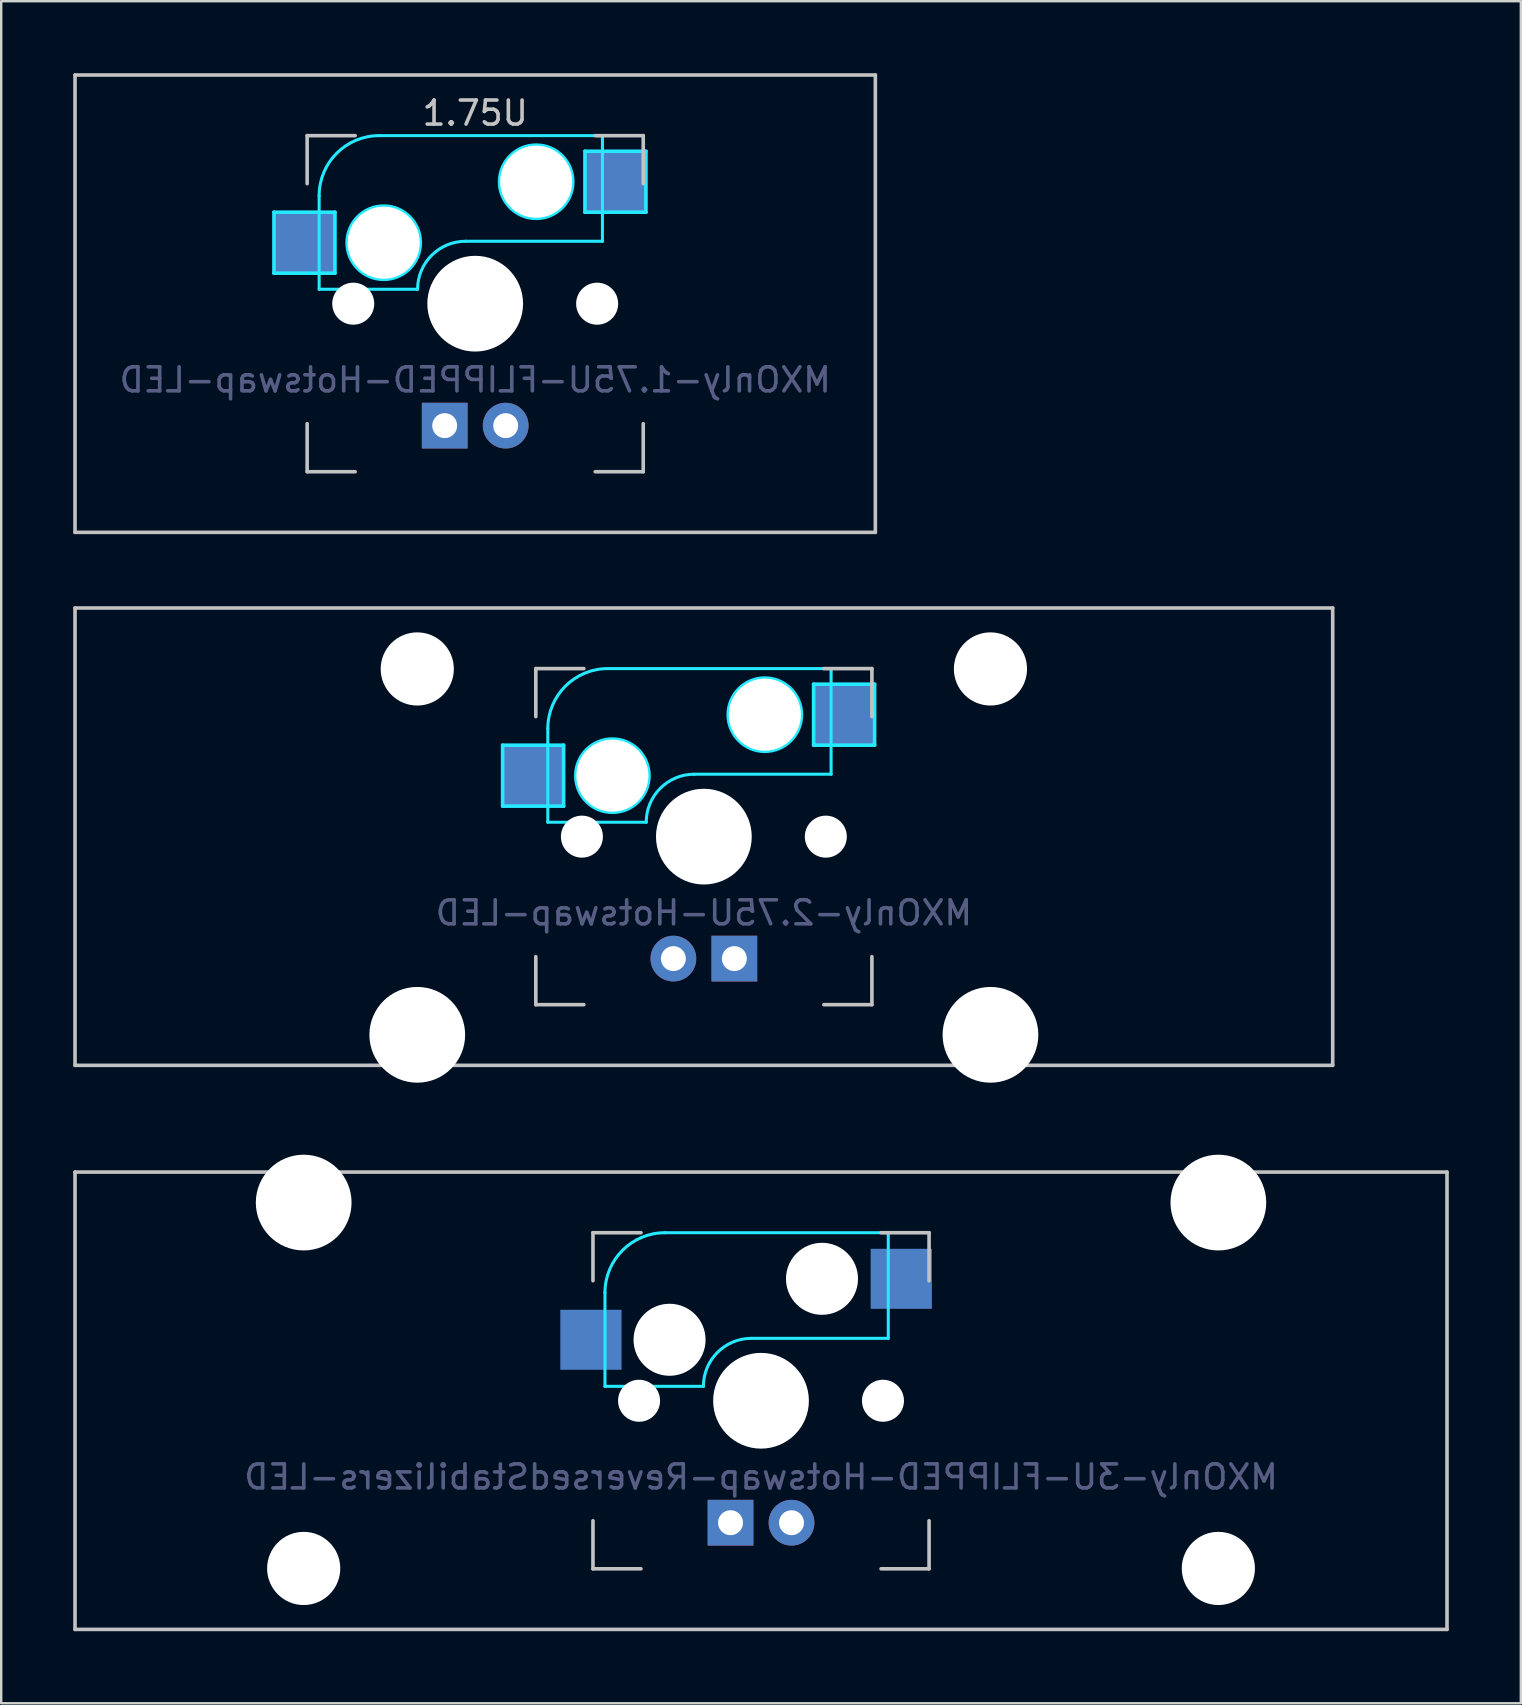
<source format=kicad_pcb>
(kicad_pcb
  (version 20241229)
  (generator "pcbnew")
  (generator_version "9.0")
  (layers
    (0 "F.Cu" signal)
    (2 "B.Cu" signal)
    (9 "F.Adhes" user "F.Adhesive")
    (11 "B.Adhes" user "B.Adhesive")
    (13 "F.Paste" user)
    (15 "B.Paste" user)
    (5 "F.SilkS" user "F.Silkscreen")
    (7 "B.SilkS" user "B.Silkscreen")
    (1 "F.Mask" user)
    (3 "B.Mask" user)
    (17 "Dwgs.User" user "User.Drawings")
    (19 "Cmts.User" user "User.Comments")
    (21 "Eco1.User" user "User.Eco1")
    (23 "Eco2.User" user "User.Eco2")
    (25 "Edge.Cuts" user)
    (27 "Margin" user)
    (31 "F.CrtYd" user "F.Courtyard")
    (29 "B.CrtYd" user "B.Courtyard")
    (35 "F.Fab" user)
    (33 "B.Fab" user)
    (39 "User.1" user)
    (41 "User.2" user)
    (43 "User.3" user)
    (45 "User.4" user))
  (footprint "MXOnly-1.75U-FLIPPED-Hotswap-LED"
    (layer "F.Cu")
    (at 16.744 9.6)
    (property "Reference" "MXOnly-1.75U-FLIPPED-Hotswap-LED" (at 0 3.175 0) (layer "B.Fab") (effects (font (size 1 1) (thickness 0.15)) (justify mirror)))
    (attr through_hole)
    (fp_line (start -16.669 -9.525) (end 16.669 -9.525) (stroke (width 0.15) (type solid)) (layer "Dwgs.User"))
    (fp_line (start -16.669 9.525) (end -16.669 -9.525) (stroke (width 0.15) (type solid)) (layer "Dwgs.User"))
    (fp_line (start -7 -7) (end -7 -5) (stroke (width 0.15) (type solid)) (layer "Dwgs.User"))
    (fp_line (start -7 5) (end -7 7) (stroke (width 0.15) (type solid)) (layer "Dwgs.User"))
    (fp_line (start -7 7) (end -5 7) (stroke (width 0.15) (type solid)) (layer "Dwgs.User"))
    (fp_line (start -5 -7) (end -7 -7) (stroke (width 0.15) (type solid)) (layer "Dwgs.User"))
    (fp_line (start 5 -7) (end 7 -7) (stroke (width 0.15) (type solid)) (layer "Dwgs.User"))
    (fp_line (start 5 7) (end 7 7) (stroke (width 0.15) (type solid)) (layer "Dwgs.User"))
    (fp_line (start 7 -7) (end 7 -5) (stroke (width 0.15) (type solid)) (layer "Dwgs.User"))
    (fp_line (start 7 7) (end 7 5) (stroke (width 0.15) (type solid)) (layer "Dwgs.User"))
    (fp_line (start 16.669 -9.525) (end 16.669 9.525) (stroke (width 0.15) (type solid)) (layer "Dwgs.User"))
    (fp_line (start 16.669 9.525) (end -16.669 9.525) (stroke (width 0.15) (type solid)) (layer "Dwgs.User"))
    (fp_line (start -8.382 -3.81) (end -5.842 -3.81) (stroke (width 0.15) (type solid)) (layer "B.CrtYd"))
    (fp_line (start -8.382 -1.27) (end -8.382 -3.81) (stroke (width 0.15) (type solid)) (layer "B.CrtYd"))
    (fp_line (start -6.5 -4.5) (end -6.5 -0.6) (stroke (width 0.127) (type solid)) (layer "B.CrtYd"))
    (fp_line (start -6.5 -0.6) (end -2.4 -0.6) (stroke (width 0.127) (type solid)) (layer "B.CrtYd"))
    (fp_line (start -5.842 -3.81) (end -5.842 -1.27) (stroke (width 0.15) (type solid)) (layer "B.CrtYd"))
    (fp_line (start -5.842 -1.27) (end -8.382 -1.27) (stroke (width 0.15) (type solid)) (layer "B.CrtYd"))
    (fp_line (start -0.4 -2.6) (end 5.3 -2.6) (stroke (width 0.127) (type solid)) (layer "B.CrtYd"))
    (fp_line (start 4.572 -6.35) (end 7.112 -6.35) (stroke (width 0.15) (type solid)) (layer "B.CrtYd"))
    (fp_line (start 4.572 -3.81) (end 4.572 -6.35) (stroke (width 0.15) (type solid)) (layer "B.CrtYd"))
    (fp_line (start 5.3 -7) (end -4 -7) (stroke (width 0.127) (type solid)) (layer "B.CrtYd"))
    (fp_line (start 5.3 -7) (end 5.3 -2.6) (stroke (width 0.127) (type solid)) (layer "B.CrtYd"))
    (fp_line (start 7.112 -6.35) (end 7.112 -3.81) (stroke (width 0.15) (type solid)) (layer "B.CrtYd"))
    (fp_line (start 7.112 -3.81) (end 4.572 -3.81) (stroke (width 0.15) (type solid)) (layer "B.CrtYd"))
    (fp_arc (start -6.5 -4.5) (mid -5.767767 -6.267767) (end -4 -7) (stroke (width 0.127) (type solid)) (layer "B.CrtYd"))
    (fp_arc (start -2.4 -0.6) (mid -1.814214 -2.014214) (end -0.4 -2.6) (stroke (width 0.127) (type solid)) (layer "B.CrtYd"))
    (fp_circle (center -3.81 -2.54) (end -3.81 -4.064) (stroke (width 0.15) (type solid)) (fill no) (layer "B.CrtYd"))
    (fp_circle (center 2.54 -5.08) (end 2.54 -6.604) (stroke (width 0.15) (type solid)) (fill no) (layer "B.CrtYd"))
    (fp_text user "1.75U" (at 0 -7.938 0) (layer "Dwgs.User") (effects (font (size 1 1) (thickness 0.15))))
    (pad "" np_thru_hole circle (at -5.08 0 48.1) (size 1.75 1.75) (drill 1.75) (layers "*.Cu" "*.Mask"))
    (pad "" np_thru_hole circle (at -3.81 -2.54) (size 3 3) (drill 3) (layers "*.Cu" "*.Mask"))
    (pad "" np_thru_hole circle (at 0 0) (size 3.988 3.988) (drill 3.988) (layers "*.Cu" "*.Mask"))
    (pad "" np_thru_hole circle (at 2.54 -5.08) (size 3 3) (drill 3) (layers "*.Cu" "*.Mask"))
    (pad "" np_thru_hole circle (at 5.08 0 48.1) (size 1.75 1.75) (drill 1.75) (layers "*.Cu" "*.Mask"))
    (pad "1" smd rect (at -7.085 -2.54) (size 2.55 2.5) (layers "B.Cu" "B.Mask" "B.Paste"))
    (pad "2" smd rect (at 5.842 -5.08) (size 2.55 2.5) (layers "B.Cu" "B.Mask" "B.Paste"))
    (pad "3" thru_hole circle (at 1.27 5.08 180) (size 1.905 1.905) (drill 1.04) (layers "*.Cu" "B.Mask"))
    (pad "4" thru_hole rect (at -1.27 5.08 180) (size 1.905 1.905) (drill 1.04) (layers "*.Cu" "B.Mask")))
  (footprint "MXOnly-3U-FLIPPED-Hotswap-ReversedStabilizers-LED"
    (layer "F.Cu")
    (at 28.65 55.298)
    (property "Reference" "MXOnly-3U-FLIPPED-Hotswap-ReversedStabilizers-LED" (at 0 3.175 0) (layer "B.Fab") (effects (font (size 1 1) (thickness 0.15)) (justify mirror)))
    (attr through_hole)
    (fp_line (start -28.575 -9.525) (end 28.575 -9.525) (stroke (width 0.15) (type solid)) (layer "Dwgs.User"))
    (fp_line (start -28.575 9.525) (end -28.575 -9.525) (stroke (width 0.15) (type solid)) (layer "Dwgs.User"))
    (fp_line (start -28.575 9.525) (end 28.575 9.525) (stroke (width 0.15) (type solid)) (layer "Dwgs.User"))
    (fp_line (start -7 -7) (end -7 -5) (stroke (width 0.15) (type solid)) (layer "Dwgs.User"))
    (fp_line (start -7 5) (end -7 7) (stroke (width 0.15) (type solid)) (layer "Dwgs.User"))
    (fp_line (start -7 7) (end -5 7) (stroke (width 0.15) (type solid)) (layer "Dwgs.User"))
    (fp_line (start -5 -7) (end -7 -7) (stroke (width 0.15) (type solid)) (layer "Dwgs.User"))
    (fp_line (start 5 -7) (end 7 -7) (stroke (width 0.15) (type solid)) (layer "Dwgs.User"))
    (fp_line (start 5 7) (end 7 7) (stroke (width 0.15) (type solid)) (layer "Dwgs.User"))
    (fp_line (start 7 -7) (end 7 -5) (stroke (width 0.15) (type solid)) (layer "Dwgs.User"))
    (fp_line (start 7 7) (end 7 5) (stroke (width 0.15) (type solid)) (layer "Dwgs.User"))
    (fp_line (start 28.575 -9.525) (end 28.575 9.525) (stroke (width 0.15) (type solid)) (layer "Dwgs.User"))
    (fp_line (start -6.5 -4.5) (end -6.5 -0.6) (stroke (width 0.127) (type solid)) (layer "B.CrtYd"))
    (fp_line (start -6.5 -0.6) (end -2.4 -0.6) (stroke (width 0.127) (type solid)) (layer "B.CrtYd"))
    (fp_line (start -0.4 -2.6) (end 5.3 -2.6) (stroke (width 0.127) (type solid)) (layer "B.CrtYd"))
    (fp_line (start 5.3 -7) (end -4 -7) (stroke (width 0.127) (type solid)) (layer "B.CrtYd"))
    (fp_line (start 5.3 -7) (end 5.3 -2.6) (stroke (width 0.127) (type solid)) (layer "B.CrtYd"))
    (fp_arc (start -6.5 -4.5) (mid -5.767767 -6.267767) (end -4 -7) (stroke (width 0.127) (type solid)) (layer "B.CrtYd"))
    (fp_arc (start -2.4 -0.6) (mid -1.814214 -2.014214) (end -0.4 -2.6) (stroke (width 0.127) (type solid)) (layer "B.CrtYd"))
    (pad "" np_thru_hole circle (at -19.05 -8.255 180) (size 3.988 3.988) (drill 3.988) (layers "*.Cu" "*.Mask"))
    (pad "" np_thru_hole circle (at -19.05 6.985 180) (size 3.048 3.048) (drill 3.048) (layers "*.Cu" "*.Mask"))
    (pad "" np_thru_hole circle (at -5.08 0 48.1) (size 1.75 1.75) (drill 1.75) (layers "*.Cu" "*.Mask"))
    (pad "" np_thru_hole circle (at -3.81 -2.54) (size 3 3) (drill 3) (layers "*.Cu" "*.Mask"))
    (pad "" np_thru_hole circle (at 0 0) (size 3.988 3.988) (drill 3.988) (layers "*.Cu" "*.Mask"))
    (pad "" np_thru_hole circle (at 2.54 -5.08) (size 3 3) (drill 3) (layers "*.Cu" "*.Mask"))
    (pad "" np_thru_hole circle (at 5.08 0 48.1) (size 1.75 1.75) (drill 1.75) (layers "*.Cu" "*.Mask"))
    (pad "" np_thru_hole circle (at 19.05 -8.255 180) (size 3.988 3.988) (drill 3.988) (layers "*.Cu" "*.Mask"))
    (pad "" np_thru_hole circle (at 19.05 6.985 180) (size 3.048 3.048) (drill 3.048) (layers "*.Cu" "*.Mask"))
    (pad "1" smd rect (at -7.085 -2.54) (size 2.55 2.5) (layers "B.Cu" "B.Mask" "B.Paste"))
    (pad "2" smd rect (at 5.842 -5.08) (size 2.55 2.5) (layers "B.Cu" "B.Mask" "B.Paste"))
    (pad "3" thru_hole circle (at 1.27 5.08 180) (size 1.905 1.905) (drill 1.04) (layers "*.Cu" "B.Mask"))
    (pad "4" thru_hole rect (at -1.27 5.08 180) (size 1.905 1.905) (drill 1.04) (layers "*.Cu" "B.Mask")))
  (footprint "MXOnly-2.75U-Hotswap-LED"
    (layer "F.Cu")
    (at 26.269 31.8)
    (property "Reference" "MXOnly-2.75U-Hotswap-LED" (at 0 3.175 0) (layer "B.Fab") (effects (font (size 1 1) (thickness 0.15)) (justify mirror)))
    (attr smd)
    (fp_line (start -26.194 -9.525) (end 26.194 -9.525) (stroke (width 0.15) (type solid)) (layer "Dwgs.User"))
    (fp_line (start -26.194 9.525) (end -26.194 -9.525) (stroke (width 0.15) (type solid)) (layer "Dwgs.User"))
    (fp_line (start -7 -7) (end -7 -5) (stroke (width 0.15) (type solid)) (layer "Dwgs.User"))
    (fp_line (start -7 5) (end -7 7) (stroke (width 0.15) (type solid)) (layer "Dwgs.User"))
    (fp_line (start -7 7) (end -5 7) (stroke (width 0.15) (type solid)) (layer "Dwgs.User"))
    (fp_line (start -5 -7) (end -7 -7) (stroke (width 0.15) (type solid)) (layer "Dwgs.User"))
    (fp_line (start 5 -7) (end 7 -7) (stroke (width 0.15) (type solid)) (layer "Dwgs.User"))
    (fp_line (start 5 7) (end 7 7) (stroke (width 0.15) (type solid)) (layer "Dwgs.User"))
    (fp_line (start 7 -7) (end 7 -5) (stroke (width 0.15) (type solid)) (layer "Dwgs.User"))
    (fp_line (start 7 7) (end 7 5) (stroke (width 0.15) (type solid)) (layer "Dwgs.User"))
    (fp_line (start 26.194 -9.525) (end 26.194 9.525) (stroke (width 0.15) (type solid)) (layer "Dwgs.User"))
    (fp_line (start 26.194 9.525) (end -26.194 9.525) (stroke (width 0.15) (type solid)) (layer "Dwgs.User"))
    (fp_line (start -8.382 -3.81) (end -5.842 -3.81) (stroke (width 0.15) (type solid)) (layer "B.CrtYd"))
    (fp_line (start -8.382 -1.27) (end -8.382 -3.81) (stroke (width 0.15) (type solid)) (layer "B.CrtYd"))
    (fp_line (start -6.5 -4.5) (end -6.5 -0.6) (stroke (width 0.127) (type solid)) (layer "B.CrtYd"))
    (fp_line (start -6.5 -0.6) (end -2.4 -0.6) (stroke (width 0.127) (type solid)) (layer "B.CrtYd"))
    (fp_line (start -5.842 -3.81) (end -5.842 -1.27) (stroke (width 0.15) (type solid)) (layer "B.CrtYd"))
    (fp_line (start -5.842 -1.27) (end -8.382 -1.27) (stroke (width 0.15) (type solid)) (layer "B.CrtYd"))
    (fp_line (start -0.4 -2.6) (end 5.3 -2.6) (stroke (width 0.127) (type solid)) (layer "B.CrtYd"))
    (fp_line (start 4.572 -6.35) (end 7.112 -6.35) (stroke (width 0.15) (type solid)) (layer "B.CrtYd"))
    (fp_line (start 4.572 -3.81) (end 4.572 -6.35) (stroke (width 0.15) (type solid)) (layer "B.CrtYd"))
    (fp_line (start 5.3 -7) (end -4 -7) (stroke (width 0.127) (type solid)) (layer "B.CrtYd"))
    (fp_line (start 5.3 -7) (end 5.3 -2.6) (stroke (width 0.127) (type solid)) (layer "B.CrtYd"))
    (fp_line (start 7.112 -6.35) (end 7.112 -3.81) (stroke (width 0.15) (type solid)) (layer "B.CrtYd"))
    (fp_line (start 7.112 -3.81) (end 4.572 -3.81) (stroke (width 0.15) (type solid)) (layer "B.CrtYd"))
    (fp_arc (start -6.5 -4.5) (mid -5.767767 -6.267767) (end -4 -7) (stroke (width 0.127) (type solid)) (layer "B.CrtYd"))
    (fp_arc (start -2.4 -0.6) (mid -1.814214 -2.014214) (end -0.4 -2.6) (stroke (width 0.127) (type solid)) (layer "B.CrtYd"))
    (fp_circle (center -3.81 -2.54) (end -3.81 -4.064) (stroke (width 0.15) (type solid)) (fill no) (layer "B.CrtYd"))
    (fp_circle (center 2.54 -5.08) (end 2.54 -6.604) (stroke (width 0.15) (type solid)) (fill no) (layer "B.CrtYd"))
    (pad "" np_thru_hole circle (at -11.938 -6.985) (size 3.048 3.048) (drill 3.048) (layers "*.Cu" "*.Mask"))
    (pad "" np_thru_hole circle (at -11.938 8.255) (size 3.988 3.988) (drill 3.988) (layers "*.Cu" "*.Mask"))
    (pad "" np_thru_hole circle (at -5.08 0 48.1) (size 1.75 1.75) (drill 1.75) (layers "*.Cu" "*.Mask"))
    (pad "" np_thru_hole circle (at -3.81 -2.54) (size 3 3) (drill 3) (layers "*.Cu" "*.Mask"))
    (pad "" np_thru_hole circle (at 0 0) (size 3.988 3.988) (drill 3.988) (layers "*.Cu" "*.Mask"))
    (pad "" np_thru_hole circle (at 2.54 -5.08) (size 3 3) (drill 3) (layers "*.Cu" "*.Mask"))
    (pad "" np_thru_hole circle (at 5.08 0 48.1) (size 1.75 1.75) (drill 1.75) (layers "*.Cu" "*.Mask"))
    (pad "" np_thru_hole circle (at 11.938 -6.985) (size 3.048 3.048) (drill 3.048) (layers "*.Cu" "*.Mask"))
    (pad "" np_thru_hole circle (at 11.938 8.255) (size 3.988 3.988) (drill 3.988) (layers "*.Cu" "*.Mask"))
    (pad "1" smd rect (at -7.085 -2.54) (size 2.55 2.5) (layers "B.Cu" "B.Mask" "B.Paste"))
    (pad "2" smd rect (at 5.842 -5.08) (size 2.55 2.5) (layers "B.Cu" "B.Mask" "B.Paste"))
    (pad "3" thru_hole circle (at -1.27 5.08) (size 1.905 1.905) (drill 1.04) (layers "*.Cu" "B.Mask"))
    (pad "4" thru_hole rect (at 1.27 5.08) (size 1.905 1.905) (drill 1.04) (layers "*.Cu" "B.Mask")))
  (gr_rect
    (start -3 -3)
    (end 60.3 67.898)
    (stroke (width 0.1) (type default))
    (fill no)
    (layer "Edge.Cuts")))
</source>
